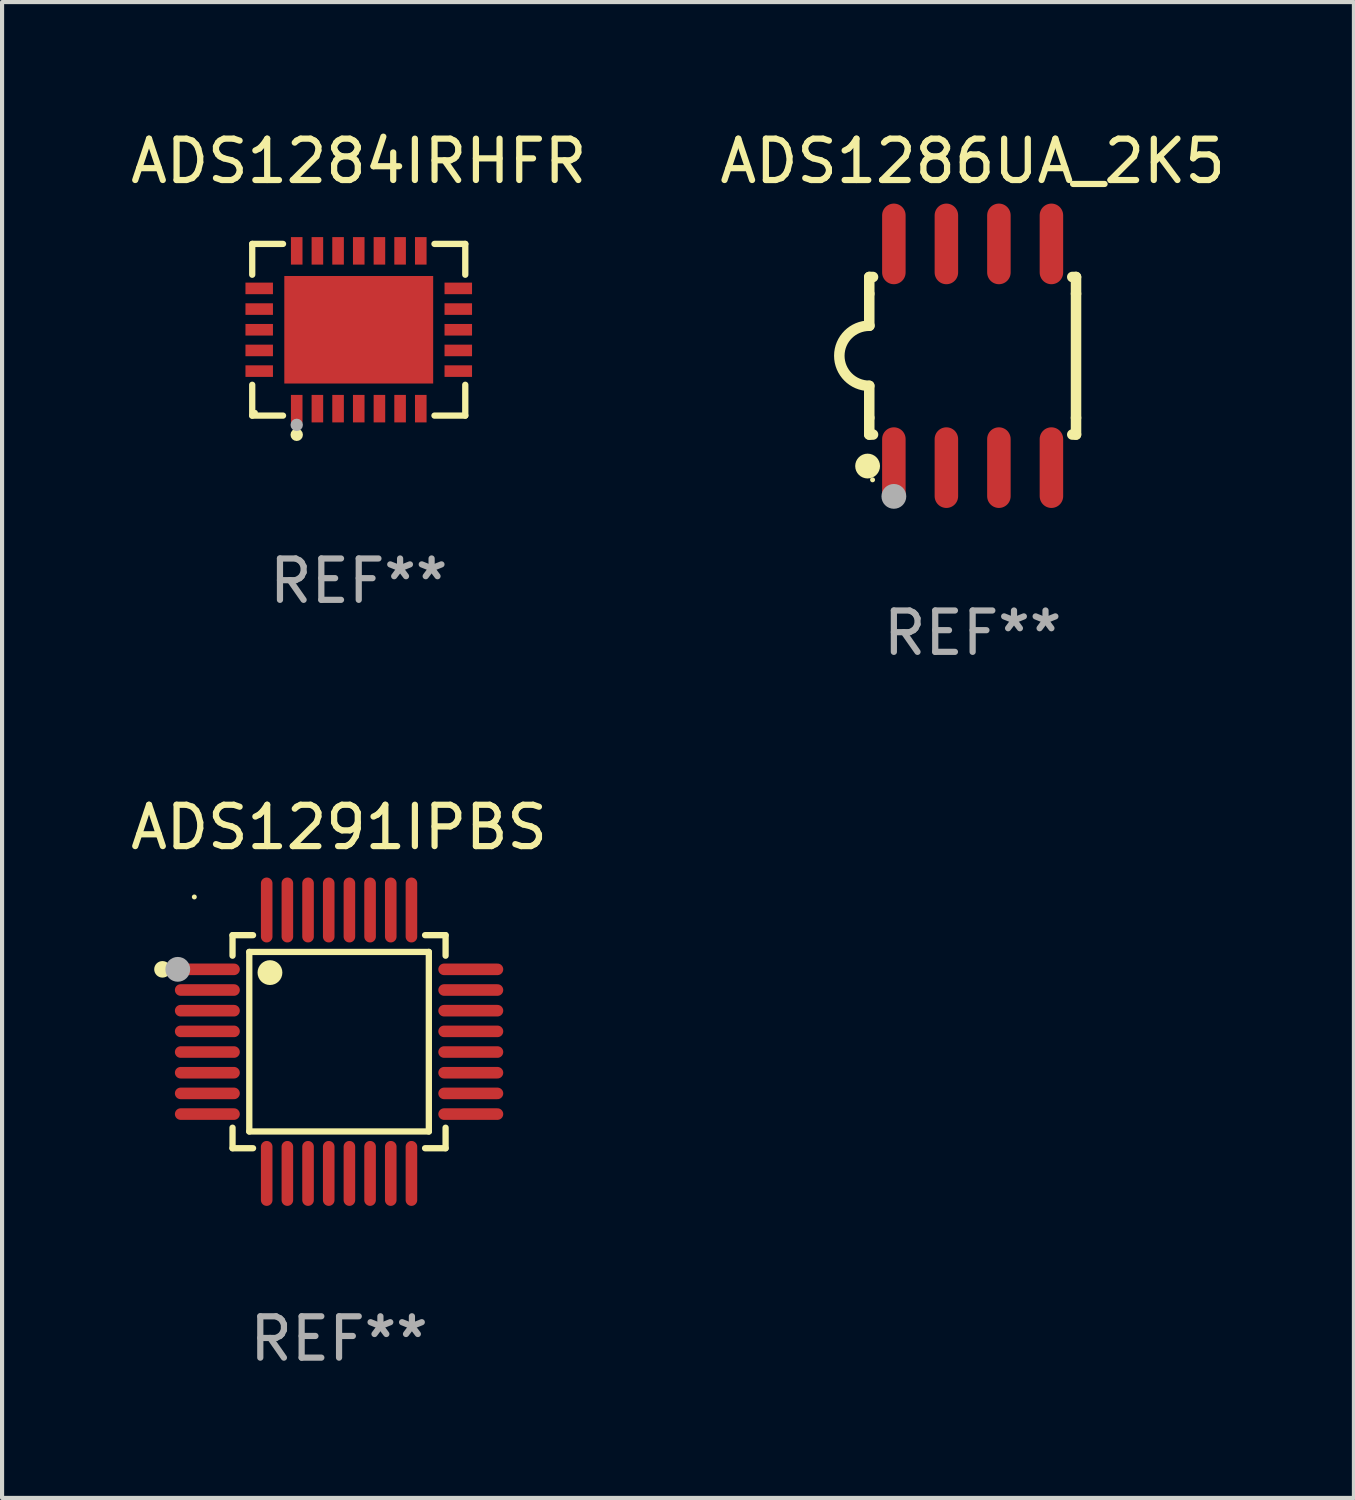
<source format=kicad_pcb>
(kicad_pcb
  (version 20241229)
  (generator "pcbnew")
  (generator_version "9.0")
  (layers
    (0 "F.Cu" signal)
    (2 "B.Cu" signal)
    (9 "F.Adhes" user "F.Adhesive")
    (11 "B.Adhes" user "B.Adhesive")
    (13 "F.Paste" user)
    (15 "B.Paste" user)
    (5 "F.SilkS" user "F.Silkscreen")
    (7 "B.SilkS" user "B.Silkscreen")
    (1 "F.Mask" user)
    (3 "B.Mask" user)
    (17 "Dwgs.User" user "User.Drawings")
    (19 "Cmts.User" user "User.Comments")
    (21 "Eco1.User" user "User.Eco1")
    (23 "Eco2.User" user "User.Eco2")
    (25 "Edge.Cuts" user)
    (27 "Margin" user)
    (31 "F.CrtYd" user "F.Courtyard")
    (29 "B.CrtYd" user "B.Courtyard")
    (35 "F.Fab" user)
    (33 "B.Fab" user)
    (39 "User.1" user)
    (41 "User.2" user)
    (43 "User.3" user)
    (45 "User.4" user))
  (footprint "ADS1286UA_2K5"
    (layer "F.Cu")
    (at 20.47 5.553)
    (property "Reference" "ADS1286UA_2K5" (at 0 -4.705 0) (layer "F.SilkS") (effects (font (size 1 1) (thickness 0.15))))
    (attr through_hole)
    (fp_line (start -2.5 -1.905) (end -2.409 -1.905) (stroke (width 0.254) (type solid)) (layer "F.SilkS"))
    (fp_line (start -2.5 -1.5) (end -2.5 -1.905) (stroke (width 0.254) (type solid)) (layer "F.SilkS"))
    (fp_line (start -2.5 -1.5) (end -2.5 -0.726) (stroke (width 0.254) (type solid)) (layer "F.SilkS"))
    (fp_line (start -2.5 1.5) (end -2.5 0.727) (stroke (width 0.254) (type solid)) (layer "F.SilkS"))
    (fp_line (start -2.5 1.5) (end -2.5 1.905) (stroke (width 0.254) (type solid)) (layer "F.SilkS"))
    (fp_line (start -2.5 1.905) (end -2.409 1.905) (stroke (width 0.254) (type solid)) (layer "F.SilkS"))
    (fp_line (start 2.5 -1.905) (end 2.409 -1.905) (stroke (width 0.254) (type solid)) (layer "F.SilkS"))
    (fp_line (start 2.5 -1.5) (end 2.5 -1.905) (stroke (width 0.254) (type solid)) (layer "F.SilkS"))
    (fp_line (start 2.5 -1.5) (end 2.5 1.5) (stroke (width 0.254) (type solid)) (layer "F.SilkS"))
    (fp_line (start 2.5 1.5) (end 2.5 1.905) (stroke (width 0.254) (type solid)) (layer "F.SilkS"))
    (fp_line (start 2.5 1.905) (end 2.409 1.905) (stroke (width 0.254) (type solid)) (layer "F.SilkS"))
    (fp_arc (start -2.5 0.726568) (mid -3.220316 -0.0023) (end -2.495097 -0.726289) (stroke (width 0.254001) (type solid)) (layer "F.SilkS"))
    (fp_circle (center -2.54 2.667) (end -2.39 2.667) (stroke (width 0.3) (type solid)) (fill no) (layer "F.SilkS"))
    (fp_circle (center -2.42 3) (end -2.39 3) (stroke (width 0.06) (type solid)) (fill no) (layer "F.SilkS"))
    (fp_circle (center -1.905 3.4) (end -1.755 3.4) (stroke (width 0.3) (type solid)) (fill no) (layer "F.Fab"))
    (fp_text user "REF**" (at 0 6.705 0) (layer "F.Fab") (effects (font (size 1 1) (thickness 0.15))))
    (pad "1" smd oval (at -1.905 2.705) (size 0.568 1.95) (layers "F.Cu" "F.Mask" "F.Paste"))
    (pad "2" smd oval (at -0.635 2.705) (size 0.568 1.95) (layers "F.Cu" "F.Mask" "F.Paste"))
    (pad "3" smd oval (at 0.635 2.705) (size 0.568 1.95) (layers "F.Cu" "F.Mask" "F.Paste"))
    (pad "4" smd oval (at 1.905 2.705) (size 0.568 1.95) (layers "F.Cu" "F.Mask" "F.Paste"))
    (pad "5" smd oval (at 1.905 -2.705) (size 0.568 1.95) (layers "F.Cu" "F.Mask" "F.Paste"))
    (pad "6" smd oval (at 0.635 -2.705) (size 0.568 1.95) (layers "F.Cu" "F.Mask" "F.Paste"))
    (pad "7" smd oval (at -0.635 -2.705) (size 0.568 1.95) (layers "F.Cu" "F.Mask" "F.Paste"))
    (pad "8" smd oval (at -1.905 -2.705) (size 0.568 1.95) (layers "F.Cu" "F.Mask" "F.Paste")))
  (footprint "ADS1291IPBS"
    (layer "F.Cu")
    (at 5.149 22.14)
    (property "Reference" "ADS1291IPBS" (at 0 -5.185 0) (layer "F.SilkS") (effects (font (size 1 1) (thickness 0.15))))
    (attr through_hole)
    (fp_line (start -2.576 -2.576) (end -2.576 -2.08) (stroke (width 0.152) (type solid)) (layer "F.SilkS"))
    (fp_line (start -2.576 2.576) (end -2.576 2.08) (stroke (width 0.152) (type solid)) (layer "F.SilkS"))
    (fp_line (start -2.171 -2.171) (end 2.171 -2.171) (stroke (width 0.152) (type solid)) (layer "F.SilkS"))
    (fp_line (start -2.171 2.171) (end -2.171 -2.171) (stroke (width 0.152) (type solid)) (layer "F.SilkS"))
    (fp_line (start -2.08 -2.576) (end -2.576 -2.576) (stroke (width 0.152) (type solid)) (layer "F.SilkS"))
    (fp_line (start -2.08 2.576) (end -2.576 2.576) (stroke (width 0.152) (type solid)) (layer "F.SilkS"))
    (fp_line (start 2.08 -2.576) (end 2.576 -2.576) (stroke (width 0.152) (type solid)) (layer "F.SilkS"))
    (fp_line (start 2.08 2.576) (end 2.576 2.576) (stroke (width 0.152) (type solid)) (layer "F.SilkS"))
    (fp_line (start 2.171 -2.171) (end 2.171 2.171) (stroke (width 0.152) (type solid)) (layer "F.SilkS"))
    (fp_line (start 2.171 2.171) (end -2.171 2.171) (stroke (width 0.152) (type solid)) (layer "F.SilkS"))
    (fp_line (start 2.576 -2.576) (end 2.576 -2.08) (stroke (width 0.152) (type solid)) (layer "F.SilkS"))
    (fp_line (start 2.576 2.576) (end 2.576 2.08) (stroke (width 0.152) (type solid)) (layer "F.SilkS"))
    (fp_circle (center -4.27 -1.75) (end -4.17 -1.75) (stroke (width 0.2) (type solid)) (fill no) (layer "F.SilkS"))
    (fp_circle (center -3.5 -3.5) (end -3.47 -3.5) (stroke (width 0.06) (type solid)) (fill no) (layer "F.SilkS"))
    (fp_circle (center -1.671 -1.671) (end -1.521 -1.671) (stroke (width 0.3) (type solid)) (fill no) (layer "F.SilkS"))
    (fp_circle (center -3.9 -1.75) (end -3.75 -1.75) (stroke (width 0.3) (type solid)) (fill no) (layer "F.Fab"))
    (fp_text user "REF**" (at 0 7.185 0) (layer "F.Fab") (effects (font (size 1 1) (thickness 0.15))))
    (pad "1" smd oval (at -3.185 -1.75 270) (size 0.28 1.57) (layers "F.Cu" "F.Mask" "F.Paste"))
    (pad "2" smd oval (at -3.185 -1.25 270) (size 0.28 1.57) (layers "F.Cu" "F.Mask" "F.Paste"))
    (pad "3" smd oval (at -3.185 -0.75 270) (size 0.28 1.57) (layers "F.Cu" "F.Mask" "F.Paste"))
    (pad "4" smd oval (at -3.185 -0.25 270) (size 0.28 1.57) (layers "F.Cu" "F.Mask" "F.Paste"))
    (pad "5" smd oval (at -3.185 0.25 270) (size 0.28 1.57) (layers "F.Cu" "F.Mask" "F.Paste"))
    (pad "6" smd oval (at -3.185 0.75 270) (size 0.28 1.57) (layers "F.Cu" "F.Mask" "F.Paste"))
    (pad "7" smd oval (at -3.185 1.25 270) (size 0.28 1.57) (layers "F.Cu" "F.Mask" "F.Paste"))
    (pad "8" smd oval (at -3.185 1.75 270) (size 0.28 1.57) (layers "F.Cu" "F.Mask" "F.Paste"))
    (pad "9" smd oval (at -1.75 3.185 270) (size 1.57 0.28) (layers "F.Cu" "F.Mask" "F.Paste"))
    (pad "10" smd oval (at -1.25 3.185 270) (size 1.57 0.28) (layers "F.Cu" "F.Mask" "F.Paste"))
    (pad "11" smd oval (at -0.75 3.185 270) (size 1.57 0.28) (layers "F.Cu" "F.Mask" "F.Paste"))
    (pad "12" smd oval (at -0.25 3.185 270) (size 1.57 0.28) (layers "F.Cu" "F.Mask" "F.Paste"))
    (pad "13" smd oval (at 0.25 3.185 270) (size 1.57 0.28) (layers "F.Cu" "F.Mask" "F.Paste"))
    (pad "14" smd oval (at 0.75 3.185 270) (size 1.57 0.28) (layers "F.Cu" "F.Mask" "F.Paste"))
    (pad "15" smd oval (at 1.25 3.185 270) (size 1.57 0.28) (layers "F.Cu" "F.Mask" "F.Paste"))
    (pad "16" smd oval (at 1.75 3.185 270) (size 1.57 0.28) (layers "F.Cu" "F.Mask" "F.Paste"))
    (pad "17" smd oval (at 3.185 1.75 270) (size 0.28 1.57) (layers "F.Cu" "F.Mask" "F.Paste"))
    (pad "18" smd oval (at 3.185 1.25 270) (size 0.28 1.57) (layers "F.Cu" "F.Mask" "F.Paste"))
    (pad "19" smd oval (at 3.185 0.75 270) (size 0.28 1.57) (layers "F.Cu" "F.Mask" "F.Paste"))
    (pad "20" smd oval (at 3.185 0.25 270) (size 0.28 1.57) (layers "F.Cu" "F.Mask" "F.Paste"))
    (pad "21" smd oval (at 3.185 -0.25 270) (size 0.28 1.57) (layers "F.Cu" "F.Mask" "F.Paste"))
    (pad "22" smd oval (at 3.185 -0.75 270) (size 0.28 1.57) (layers "F.Cu" "F.Mask" "F.Paste"))
    (pad "23" smd oval (at 3.185 -1.25 270) (size 0.28 1.57) (layers "F.Cu" "F.Mask" "F.Paste"))
    (pad "24" smd oval (at 3.185 -1.75 270) (size 0.28 1.57) (layers "F.Cu" "F.Mask" "F.Paste"))
    (pad "25" smd oval (at 1.75 -3.185 270) (size 1.57 0.28) (layers "F.Cu" "F.Mask" "F.Paste"))
    (pad "26" smd oval (at 1.25 -3.185 270) (size 1.57 0.28) (layers "F.Cu" "F.Mask" "F.Paste"))
    (pad "27" smd oval (at 0.75 -3.185 270) (size 1.57 0.28) (layers "F.Cu" "F.Mask" "F.Paste"))
    (pad "28" smd oval (at 0.25 -3.185 270) (size 1.57 0.28) (layers "F.Cu" "F.Mask" "F.Paste"))
    (pad "29" smd oval (at -0.25 -3.185 270) (size 1.57 0.28) (layers "F.Cu" "F.Mask" "F.Paste"))
    (pad "30" smd oval (at -0.75 -3.185 270) (size 1.57 0.28) (layers "F.Cu" "F.Mask" "F.Paste"))
    (pad "31" smd oval (at -1.25 -3.185 270) (size 1.57 0.28) (layers "F.Cu" "F.Mask" "F.Paste"))
    (pad "32" smd oval (at -1.75 -3.185 270) (size 1.57 0.28) (layers "F.Cu" "F.Mask" "F.Paste")))
  (footprint "ADS1284IRHFR"
    (layer "F.Cu")
    (at 5.625 4.924)
    (property "Reference" "ADS1284IRHFR" (at 0 -4.076 0) (layer "F.SilkS") (effects (font (size 1 1) (thickness 0.15))))
    (attr through_hole)
    (fp_line (start -2.576 -2.076) (end -1.831 -2.076) (stroke (width 0.152) (type solid)) (layer "F.SilkS"))
    (fp_line (start -2.576 -1.331) (end -2.576 -2.076) (stroke (width 0.152) (type solid)) (layer "F.SilkS"))
    (fp_line (start -2.576 1.331) (end -2.576 2.076) (stroke (width 0.152) (type solid)) (layer "F.SilkS"))
    (fp_line (start -2.576 2.076) (end -1.831 2.076) (stroke (width 0.152) (type solid)) (layer "F.SilkS"))
    (fp_line (start 2.576 -2.076) (end 1.831 -2.076) (stroke (width 0.152) (type solid)) (layer "F.SilkS"))
    (fp_line (start 2.576 -1.331) (end 2.576 -2.076) (stroke (width 0.152) (type solid)) (layer "F.SilkS"))
    (fp_line (start 2.576 1.331) (end 2.576 2.076) (stroke (width 0.152) (type solid)) (layer "F.SilkS"))
    (fp_line (start 2.576 2.076) (end 1.831 2.076) (stroke (width 0.152) (type solid)) (layer "F.SilkS"))
    (fp_circle (center -2.5 2) (end -2.47 2) (stroke (width 0.06) (type solid)) (fill no) (layer "F.SilkS"))
    (fp_circle (center -1.5 2.54) (end -1.425 2.54) (stroke (width 0.15) (type solid)) (fill no) (layer "F.SilkS"))
    (fp_circle (center -1.5 2.3) (end -1.425 2.3) (stroke (width 0.15) (type solid)) (fill no) (layer "F.Fab"))
    (fp_text user "REF**" (at 0 6.076 0) (layer "F.Fab") (effects (font (size 1 1) (thickness 0.15))))
    (pad "1" smd rect (at -1.5 1.908) (size 0.28 0.665) (layers "F.Cu" "F.Mask" "F.Paste"))
    (pad "2" smd rect (at -1 1.908) (size 0.28 0.665) (layers "F.Cu" "F.Mask" "F.Paste"))
    (pad "3" smd rect (at -0.5 1.908) (size 0.28 0.665) (layers "F.Cu" "F.Mask" "F.Paste"))
    (pad "4" smd rect (at 0 1.908) (size 0.28 0.665) (layers "F.Cu" "F.Mask" "F.Paste"))
    (pad "5" smd rect (at 0.5 1.908) (size 0.28 0.665) (layers "F.Cu" "F.Mask" "F.Paste"))
    (pad "6" smd rect (at 1 1.908) (size 0.28 0.665) (layers "F.Cu" "F.Mask" "F.Paste"))
    (pad "7" smd rect (at 1.5 1.908) (size 0.28 0.665) (layers "F.Cu" "F.Mask" "F.Paste"))
    (pad "8" smd rect (at 2.407 1) (size 0.665 0.28) (layers "F.Cu" "F.Mask" "F.Paste"))
    (pad "9" smd rect (at 2.407 0.5) (size 0.665 0.28) (layers "F.Cu" "F.Mask" "F.Paste"))
    (pad "10" smd rect (at 2.407 0) (size 0.665 0.28) (layers "F.Cu" "F.Mask" "F.Paste"))
    (pad "11" smd rect (at 2.407 -0.5) (size 0.665 0.28) (layers "F.Cu" "F.Mask" "F.Paste"))
    (pad "12" smd rect (at 2.407 -1) (size 0.665 0.28) (layers "F.Cu" "F.Mask" "F.Paste"))
    (pad "13" smd rect (at 1.5 -1.908) (size 0.28 0.665) (layers "F.Cu" "F.Mask" "F.Paste"))
    (pad "14" smd rect (at 1 -1.908) (size 0.28 0.665) (layers "F.Cu" "F.Mask" "F.Paste"))
    (pad "15" smd rect (at 0.5 -1.908) (size 0.28 0.665) (layers "F.Cu" "F.Mask" "F.Paste"))
    (pad "16" smd rect (at 0 -1.908) (size 0.28 0.665) (layers "F.Cu" "F.Mask" "F.Paste"))
    (pad "17" smd rect (at -0.5 -1.908) (size 0.28 0.665) (layers "F.Cu" "F.Mask" "F.Paste"))
    (pad "18" smd rect (at -1 -1.908) (size 0.28 0.665) (layers "F.Cu" "F.Mask" "F.Paste"))
    (pad "19" smd rect (at -1.5 -1.908) (size 0.28 0.665) (layers "F.Cu" "F.Mask" "F.Paste"))
    (pad "20" smd rect (at -2.407 -1) (size 0.665 0.28) (layers "F.Cu" "F.Mask" "F.Paste"))
    (pad "21" smd rect (at -2.407 -0.5) (size 0.665 0.28) (layers "F.Cu" "F.Mask" "F.Paste"))
    (pad "22" smd rect (at -2.407 0) (size 0.665 0.28) (layers "F.Cu" "F.Mask" "F.Paste"))
    (pad "23" smd rect (at -2.407 0.5) (size 0.665 0.28) (layers "F.Cu" "F.Mask" "F.Paste"))
    (pad "24" smd rect (at -2.407 1) (size 0.665 0.28) (layers "F.Cu" "F.Mask" "F.Paste"))
    (pad "25" smd rect (at 0 0) (size 3.6 2.6) (layers "F.Cu" "F.Mask" "F.Paste")))
  (gr_rect
    (start -3 -3)
    (end 29.69 33.173)
    (stroke (width 0.1) (type default))
    (fill no)
    (layer "Edge.Cuts")))
</source>
